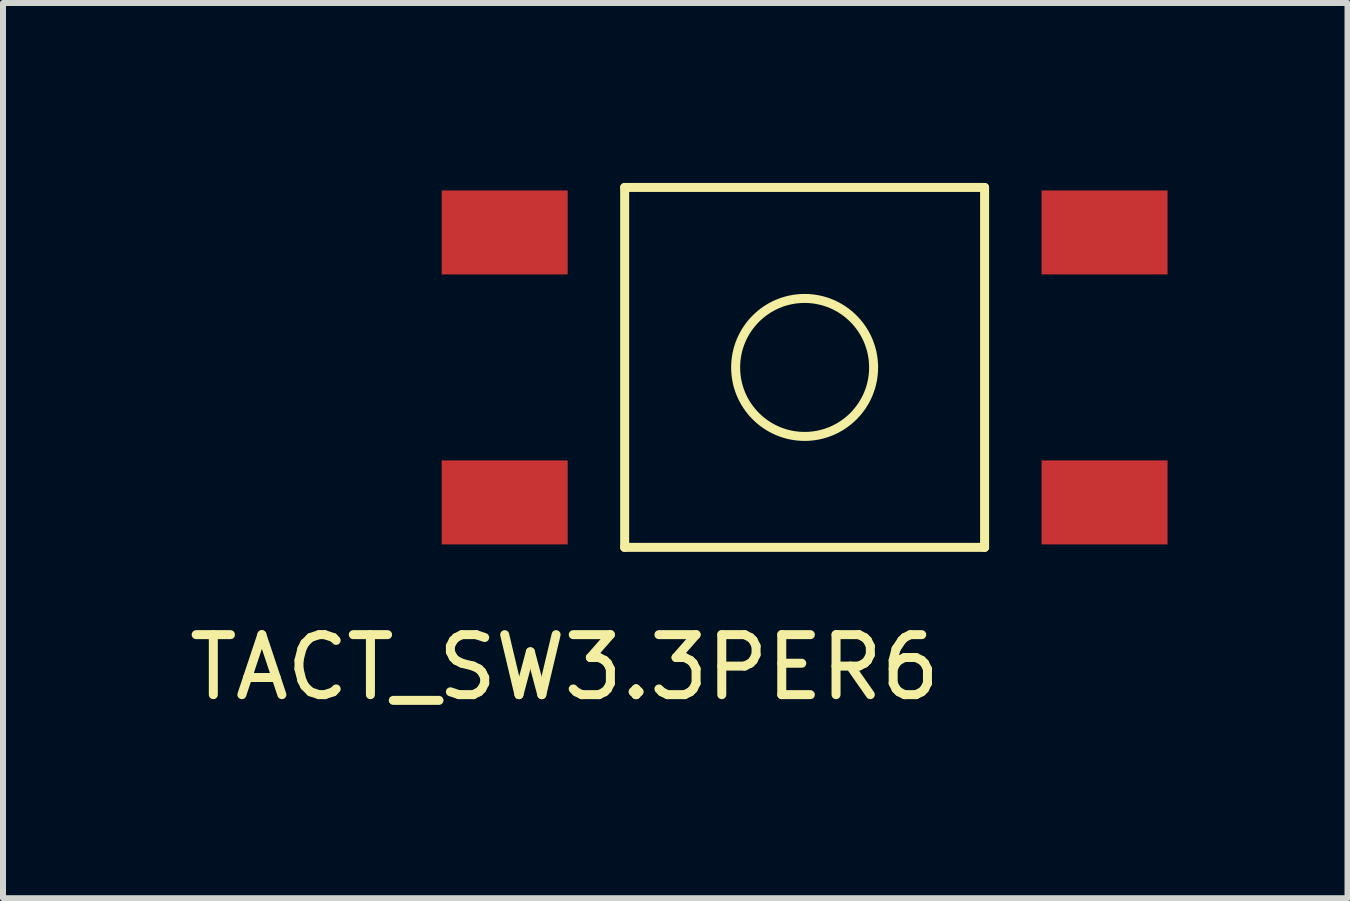
<source format=kicad_pcb>
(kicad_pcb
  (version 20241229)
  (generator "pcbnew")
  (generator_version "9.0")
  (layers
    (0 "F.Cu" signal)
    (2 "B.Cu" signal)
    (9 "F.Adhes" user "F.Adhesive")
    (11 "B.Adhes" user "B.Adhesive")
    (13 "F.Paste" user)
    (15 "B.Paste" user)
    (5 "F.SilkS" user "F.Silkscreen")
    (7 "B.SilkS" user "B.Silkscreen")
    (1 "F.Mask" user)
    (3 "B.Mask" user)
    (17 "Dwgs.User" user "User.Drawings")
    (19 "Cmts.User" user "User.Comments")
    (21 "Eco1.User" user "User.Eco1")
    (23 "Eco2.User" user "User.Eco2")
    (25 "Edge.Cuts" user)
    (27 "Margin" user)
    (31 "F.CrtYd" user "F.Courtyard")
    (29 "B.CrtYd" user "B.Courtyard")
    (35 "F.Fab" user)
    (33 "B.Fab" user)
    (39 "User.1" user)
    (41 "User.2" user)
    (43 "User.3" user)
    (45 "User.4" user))
  (footprint "TACT_SW3.3PER6"
    (layer "F.Cu")
    (at 10.363 3.075)
    (property "Reference" "TACT_SW3.3PER6" (at -4 5 0) (layer "F.SilkS") (effects (font (size 1 1) (thickness 0.15))))
    (attr through_hole)
    (fp_line (start -3 -3) (end -3 3) (stroke (width 0.15) (type solid)) (layer "F.SilkS"))
    (fp_line (start -3 3) (end 3 3) (stroke (width 0.15) (type solid)) (layer "F.SilkS"))
    (fp_line (start 3 -3) (end -3 -3) (stroke (width 0.15) (type solid)) (layer "F.SilkS"))
    (fp_line (start 3 3) (end 3 -3) (stroke (width 0.15) (type solid)) (layer "F.SilkS"))
    (fp_circle (center 0 0) (end 1.15 0) (stroke (width 0.15) (type solid)) (fill no) (layer "F.SilkS"))
    (pad "1" smd rect (at -5 -2.25) (size 2.1 1.4) (layers "F.Cu" "F.Mask" "F.Paste"))
    (pad "1" smd rect (at 5 -2.25) (size 2.1 1.4) (layers "F.Cu" "F.Mask" "F.Paste"))
    (pad "2" smd rect (at -5 2.25) (size 2.1 1.4) (layers "F.Cu" "F.Mask" "F.Paste"))
    (pad "2" smd rect (at 5 2.25) (size 2.1 1.4) (layers "F.Cu" "F.Mask" "F.Paste")))
  (gr_rect
    (start -3 -3)
    (end 19.413 11.923)
    (stroke (width 0.1) (type default))
    (fill no)
    (layer "Edge.Cuts")))
</source>
